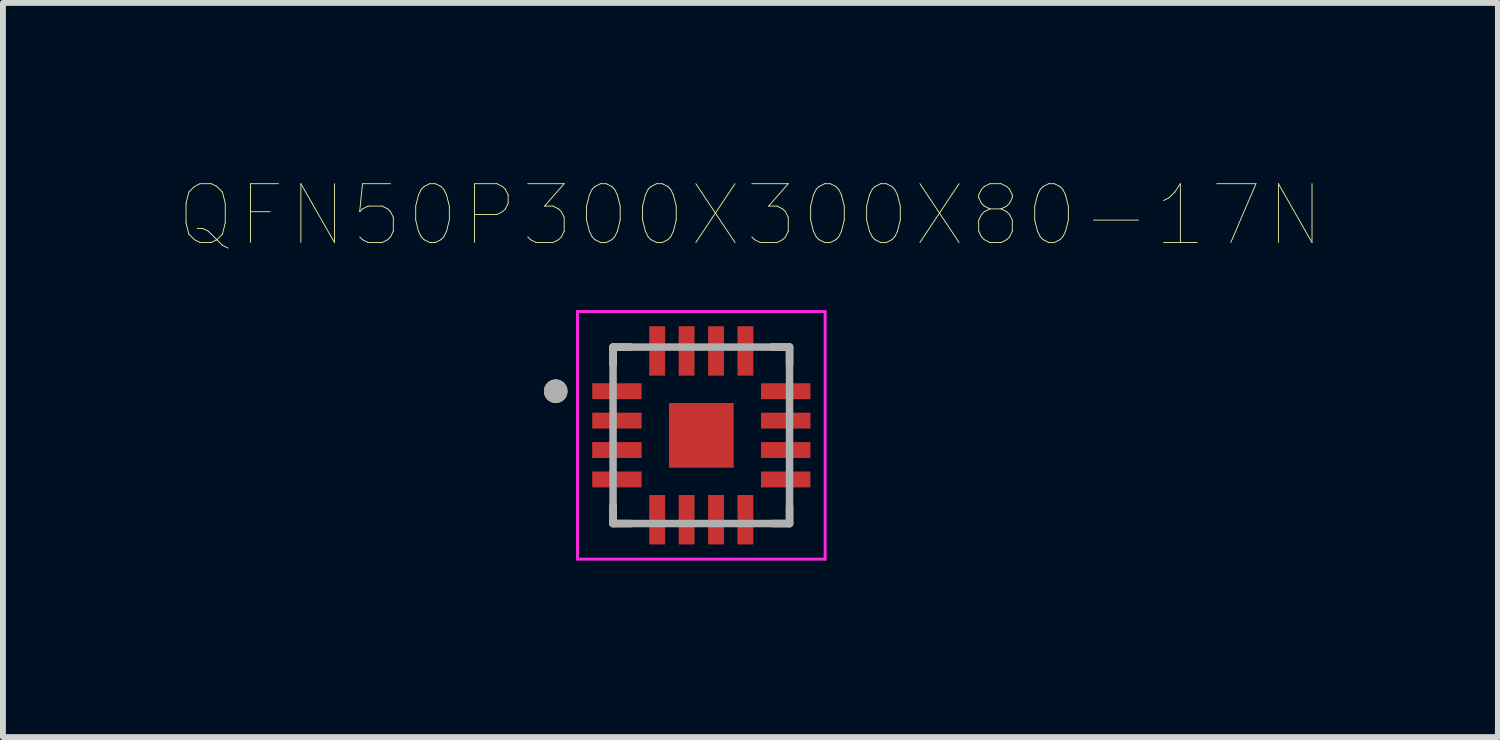
<source format=kicad_pcb>
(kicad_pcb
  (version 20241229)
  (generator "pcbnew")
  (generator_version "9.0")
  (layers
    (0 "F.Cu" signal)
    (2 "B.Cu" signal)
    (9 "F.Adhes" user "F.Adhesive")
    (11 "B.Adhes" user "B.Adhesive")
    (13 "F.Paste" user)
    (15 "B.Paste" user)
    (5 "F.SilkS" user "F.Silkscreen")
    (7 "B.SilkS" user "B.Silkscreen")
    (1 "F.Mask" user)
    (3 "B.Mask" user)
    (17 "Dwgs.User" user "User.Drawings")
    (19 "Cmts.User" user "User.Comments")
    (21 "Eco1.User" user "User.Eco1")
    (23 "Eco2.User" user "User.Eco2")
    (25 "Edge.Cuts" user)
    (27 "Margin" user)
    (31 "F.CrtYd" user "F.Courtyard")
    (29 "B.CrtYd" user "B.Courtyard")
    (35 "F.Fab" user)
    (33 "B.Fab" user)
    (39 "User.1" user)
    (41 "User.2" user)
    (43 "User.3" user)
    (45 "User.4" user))
  (footprint "QFN50P300X300X80-17N"
    (layer "F.Cu")
    (at 8.873 4.351)
    (property "Reference" "QFN50P300X300X80-17N" (at 0.835 -3.74 0) (layer "F.SilkS") (effects (font (size 1 1) (thickness 0.015))))
    (fp_line (start -1.5 -1.5) (end -1.5 -1.205) (stroke (width 0.127) (type solid)) (layer "F.SilkS"))
    (fp_line (start -1.5 -1.5) (end -1.205 -1.5) (stroke (width 0.127) (type solid)) (layer "F.SilkS"))
    (fp_line (start -1.5 1.5) (end -1.5 1.205) (stroke (width 0.127) (type solid)) (layer "F.SilkS"))
    (fp_line (start -1.5 1.5) (end -1.205 1.5) (stroke (width 0.127) (type solid)) (layer "F.SilkS"))
    (fp_line (start 1.5 -1.5) (end 1.205 -1.5) (stroke (width 0.127) (type solid)) (layer "F.SilkS"))
    (fp_line (start 1.5 -1.5) (end 1.5 -1.205) (stroke (width 0.127) (type solid)) (layer "F.SilkS"))
    (fp_line (start 1.5 1.5) (end 1.205 1.5) (stroke (width 0.127) (type solid)) (layer "F.SilkS"))
    (fp_line (start 1.5 1.5) (end 1.5 1.205) (stroke (width 0.127) (type solid)) (layer "F.SilkS"))
    (fp_circle (center -2.475 -0.75) (end -2.375 -0.75) (stroke (width 0.2) (type solid)) (fill no) (layer "F.SilkS"))
    (fp_poly (pts (xy -0.35 -0.35) (xy 0.35 -0.35) (xy 0.35 0.35) (xy -0.35 0.35)) (stroke (width 0.01) (type solid)) (fill yes) (layer "F.Paste"))
    (fp_line (start -2.105 -2.105) (end 2.105 -2.105) (stroke (width 0.05) (type solid)) (layer "F.CrtYd"))
    (fp_line (start -2.105 2.105) (end -2.105 -2.105) (stroke (width 0.05) (type solid)) (layer "F.CrtYd"))
    (fp_line (start -2.105 2.105) (end 2.105 2.105) (stroke (width 0.05) (type solid)) (layer "F.CrtYd"))
    (fp_line (start 2.105 2.105) (end 2.105 -2.105) (stroke (width 0.05) (type solid)) (layer "F.CrtYd"))
    (fp_line (start -1.5 1.5) (end -1.5 -1.5) (stroke (width 0.127) (type solid)) (layer "F.Fab"))
    (fp_line (start 1.5 -1.5) (end -1.5 -1.5) (stroke (width 0.127) (type solid)) (layer "F.Fab"))
    (fp_line (start 1.5 1.5) (end -1.5 1.5) (stroke (width 0.127) (type solid)) (layer "F.Fab"))
    (fp_line (start 1.5 1.5) (end 1.5 -1.5) (stroke (width 0.127) (type solid)) (layer "F.Fab"))
    (fp_circle (center -2.475 -0.75) (end -2.375 -0.75) (stroke (width 0.2) (type solid)) (fill no) (layer "F.Fab"))
    (pad "1" smd rect (at -1.435 -0.75) (size 0.84 0.27) (layers "F.Cu" "F.Mask" "F.Paste"))
    (pad "2" smd rect (at -1.435 -0.25) (size 0.84 0.27) (layers "F.Cu" "F.Mask" "F.Paste"))
    (pad "3" smd rect (at -1.435 0.25) (size 0.84 0.27) (layers "F.Cu" "F.Mask" "F.Paste"))
    (pad "4" smd rect (at -1.435 0.75) (size 0.84 0.27) (layers "F.Cu" "F.Mask" "F.Paste"))
    (pad "5" smd rect (at -0.75 1.435) (size 0.27 0.84) (layers "F.Cu" "F.Mask" "F.Paste"))
    (pad "6" smd rect (at -0.25 1.435) (size 0.27 0.84) (layers "F.Cu" "F.Mask" "F.Paste"))
    (pad "7" smd rect (at 0.25 1.435) (size 0.27 0.84) (layers "F.Cu" "F.Mask" "F.Paste"))
    (pad "8" smd rect (at 0.75 1.435) (size 0.27 0.84) (layers "F.Cu" "F.Mask" "F.Paste"))
    (pad "9" smd rect (at 1.435 0.75) (size 0.84 0.27) (layers "F.Cu" "F.Mask" "F.Paste"))
    (pad "10" smd rect (at 1.435 0.25) (size 0.84 0.27) (layers "F.Cu" "F.Mask" "F.Paste"))
    (pad "11" smd rect (at 1.435 -0.25) (size 0.84 0.27) (layers "F.Cu" "F.Mask" "F.Paste"))
    (pad "12" smd rect (at 1.435 -0.75) (size 0.84 0.27) (layers "F.Cu" "F.Mask" "F.Paste"))
    (pad "13" smd rect (at 0.75 -1.435) (size 0.27 0.84) (layers "F.Cu" "F.Mask" "F.Paste"))
    (pad "14" smd rect (at 0.25 -1.435) (size 0.27 0.84) (layers "F.Cu" "F.Mask" "F.Paste"))
    (pad "15" smd rect (at -0.25 -1.435) (size 0.27 0.84) (layers "F.Cu" "F.Mask" "F.Paste"))
    (pad "16" smd rect (at -0.75 -1.435) (size 0.27 0.84) (layers "F.Cu" "F.Mask" "F.Paste"))
    (pad "17" smd rect (at 0 0) (size 1.1 1.1) (layers "F.Cu" "F.Mask")))
  (gr_rect
    (start -3 -3)
    (end 22.416 9.481)
    (stroke (width 0.1) (type default))
    (fill no)
    (layer "Edge.Cuts")))
</source>
